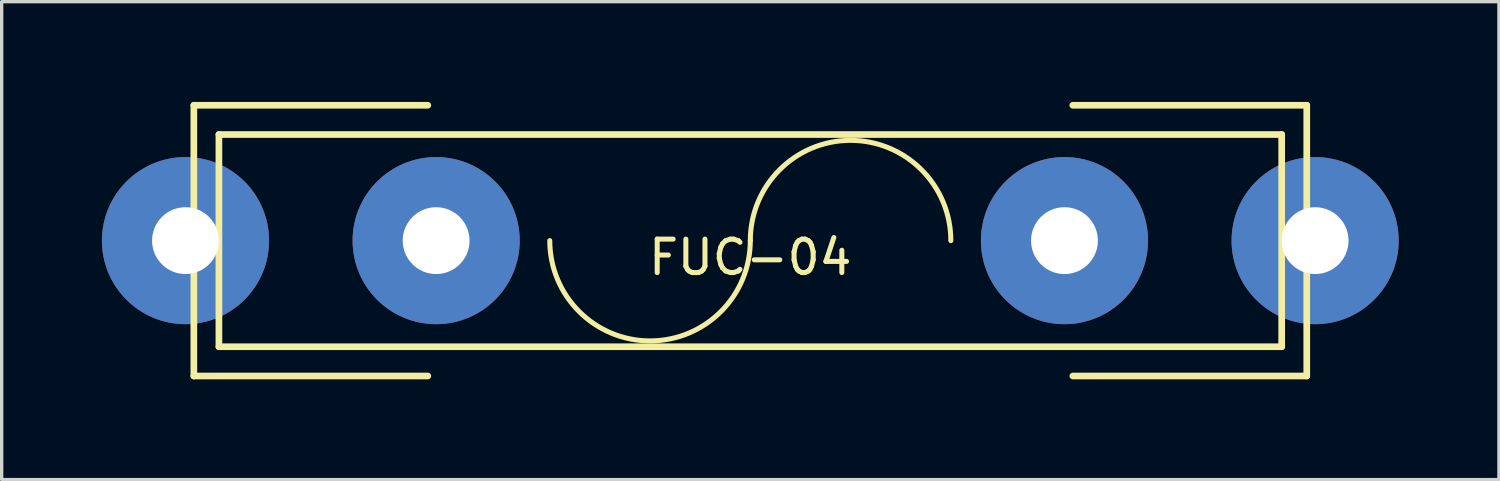
<source format=kicad_pcb>
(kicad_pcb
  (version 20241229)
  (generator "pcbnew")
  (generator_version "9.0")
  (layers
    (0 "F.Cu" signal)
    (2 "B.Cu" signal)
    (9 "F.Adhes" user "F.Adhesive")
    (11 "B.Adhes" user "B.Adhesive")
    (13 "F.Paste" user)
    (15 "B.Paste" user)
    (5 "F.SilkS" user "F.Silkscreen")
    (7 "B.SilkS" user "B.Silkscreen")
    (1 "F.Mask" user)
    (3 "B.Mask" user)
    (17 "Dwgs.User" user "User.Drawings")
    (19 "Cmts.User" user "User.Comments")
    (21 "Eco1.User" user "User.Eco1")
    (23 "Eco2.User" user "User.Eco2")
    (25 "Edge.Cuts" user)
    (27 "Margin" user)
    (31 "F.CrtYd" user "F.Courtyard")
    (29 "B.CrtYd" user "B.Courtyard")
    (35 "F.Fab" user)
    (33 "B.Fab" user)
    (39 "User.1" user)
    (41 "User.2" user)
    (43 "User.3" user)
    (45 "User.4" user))
  (footprint "FUC-04"
    (layer "F.Cu")
    (at 19.4 4.15)
    (property "Reference" "FUC-04" (at 0 0.5 0) (layer "F.SilkS") (effects (font (size 1 1) (thickness 0.15))))
    (attr through_hole)
    (fp_line (start -16.65 -4.05) (end -16.65 4.05) (stroke (width 0.2) (type solid)) (layer "F.SilkS"))
    (fp_line (start -16.65 4.05) (end -9.65 4.05) (stroke (width 0.2) (type solid)) (layer "F.SilkS"))
    (fp_line (start -15.9 -3.175) (end -15.9 3.175) (stroke (width 0.2) (type solid)) (layer "F.SilkS"))
    (fp_line (start -15.9 -3.175) (end 15.9 -3.175) (stroke (width 0.2) (type solid)) (layer "F.SilkS"))
    (fp_line (start -15.9 3.175) (end 15.9 3.175) (stroke (width 0.2) (type solid)) (layer "F.SilkS"))
    (fp_line (start -9.65 -4.05) (end -16.65 -4.05) (stroke (width 0.2) (type solid)) (layer "F.SilkS"))
    (fp_line (start 9.65 -4.05) (end 16.65 -4.05) (stroke (width 0.2) (type solid)) (layer "F.SilkS"))
    (fp_line (start 15.9 -3.175) (end 15.9 3.175) (stroke (width 0.2) (type solid)) (layer "F.SilkS"))
    (fp_line (start 16.65 -4.05) (end 16.65 4.05) (stroke (width 0.2) (type solid)) (layer "F.SilkS"))
    (fp_line (start 16.65 4.05) (end 9.65 4.05) (stroke (width 0.2) (type solid)) (layer "F.SilkS"))
    (fp_arc (start 0 0) (mid -3 3) (end -6 0) (stroke (width 0.15) (type solid)) (layer "F.SilkS"))
    (fp_arc (start 0 0) (mid 3 -3) (end 6 0) (stroke (width 0.15) (type solid)) (layer "F.SilkS"))
    (pad "1" thru_hole circle (at -16.9 0) (size 5 5) (drill 2) (layers "*.Cu" "*.Mask"))
    (pad "1" thru_hole circle (at -9.4 0) (size 5 5) (drill 2) (layers "*.Cu" "*.Mask"))
    (pad "2" thru_hole circle (at 9.4 0) (size 5 5) (drill 2) (layers "*.Cu" "*.Mask"))
    (pad "2" thru_hole circle (at 16.9 0) (size 5 5) (drill 2) (layers "*.Cu" "*.Mask")))
  (gr_rect
    (start -3 -3)
    (end 41.8 11.3)
    (stroke (width 0.1) (type default))
    (fill no)
    (layer "Edge.Cuts")))
</source>
